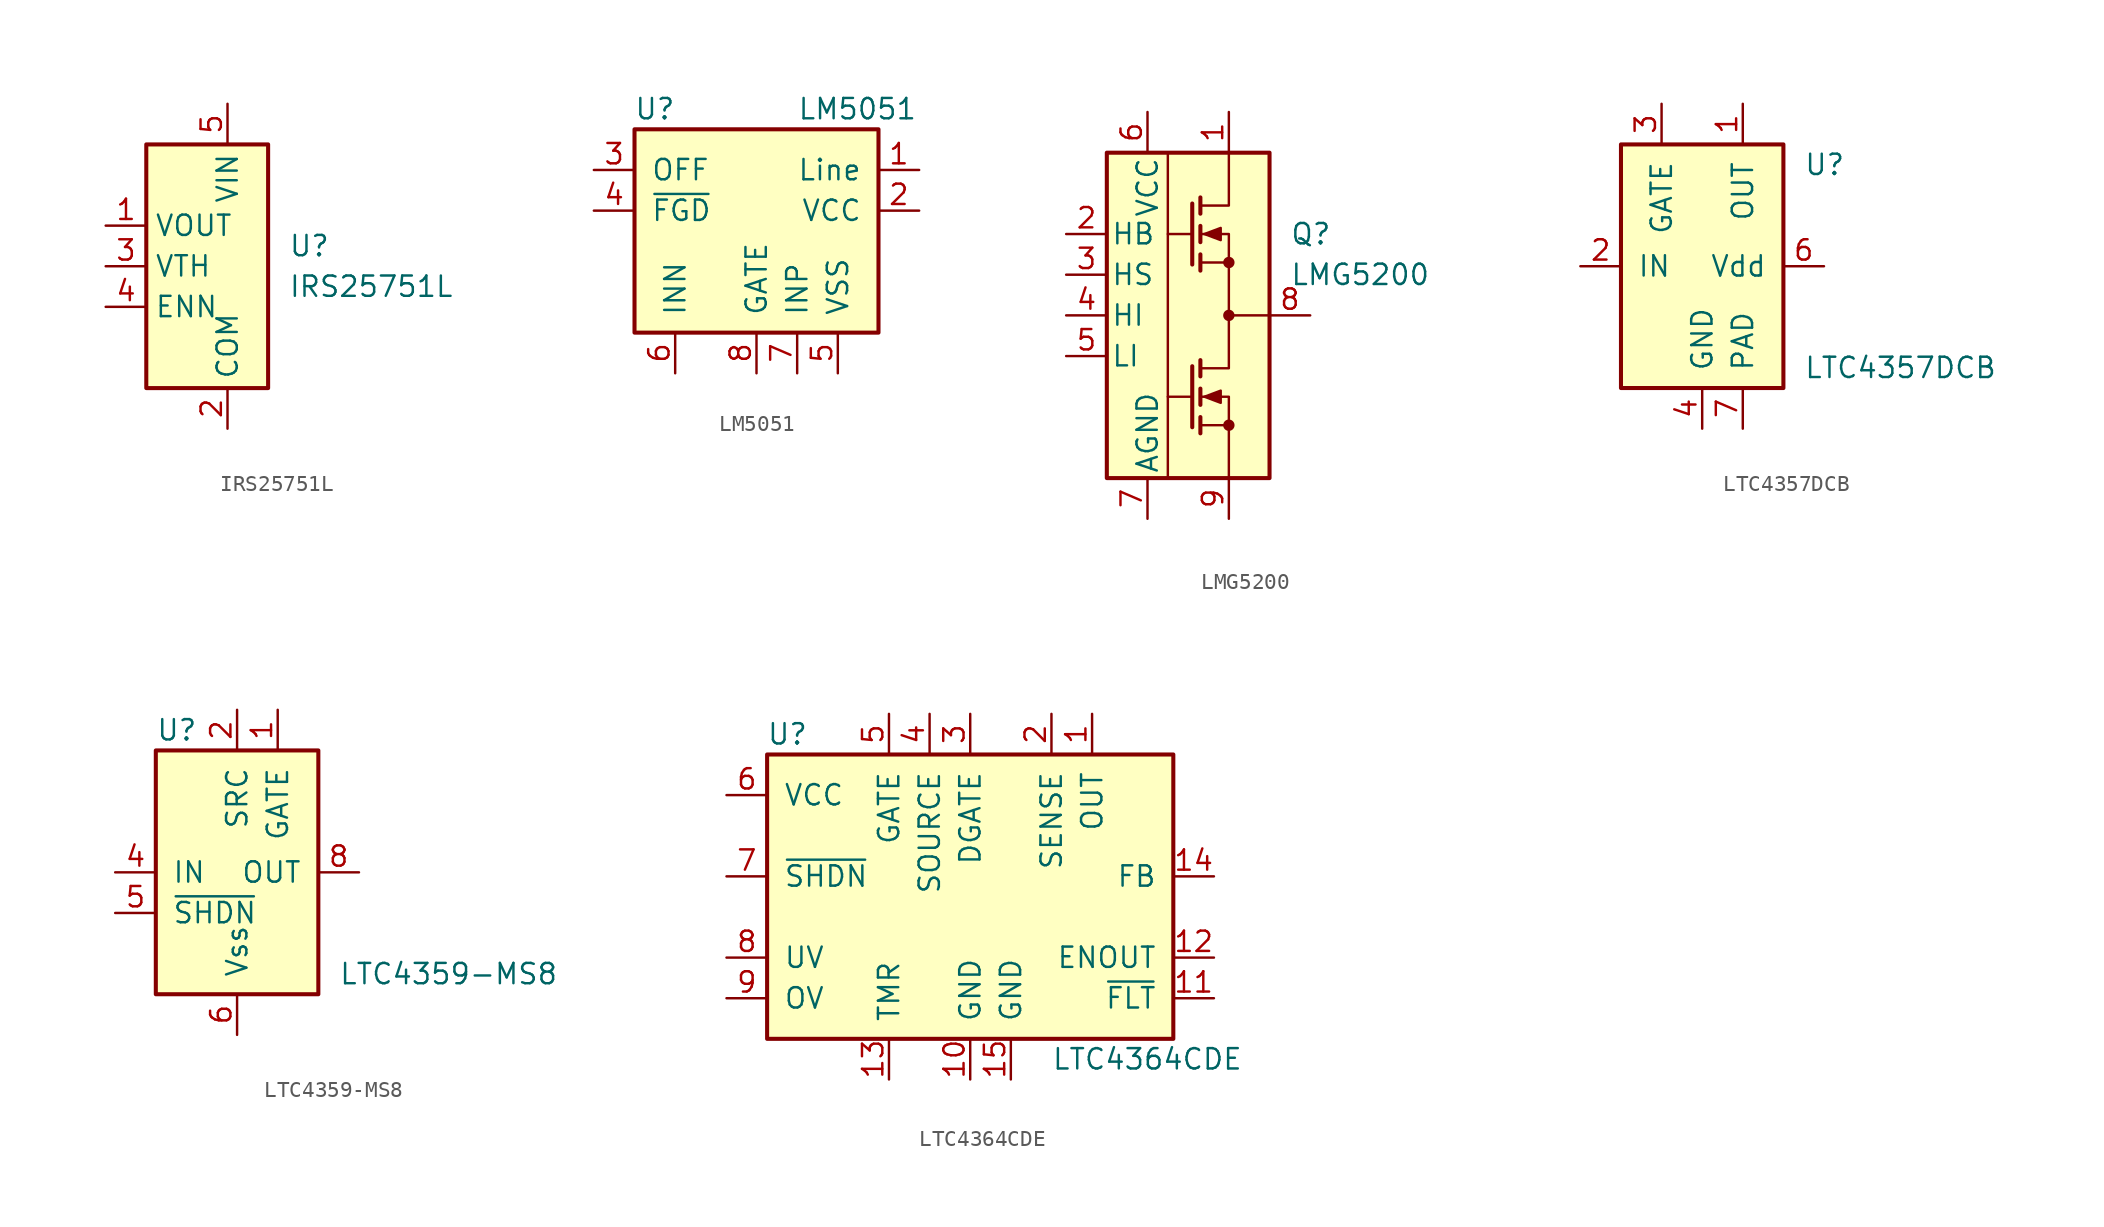
<source format=kicad_sym>
(kicad_symbol_lib
  (version 20201005)
  (generator kicad_symbol_editor)
  (symbol "IRS25751L"
    (property "Reference" "U"
      (at 3.81 1.27 0)
      (effects (font (size 1.27 1.27)) (justify left)))
    (property "Value" "IRS25751L"
      (at 3.81 -1.27 0)
      (effects (font (size 1.27 1.27)) (justify left)))
    (symbol "IRS25751L_0_1"
      (rectangle (start -5.08 -7.62) (end 2.54 7.62) (stroke (width 0.254)) (fill (type background))))
    (symbol "IRS25751L_1_1"
      (pin power_out line (at -7.62 2.54 0) (length 2.54) (name "VOUT" (effects (font (size 1.27 1.27)))) (number "1" (effects (font (size 1.27 1.27)))))
      (pin power_in line (at 0 -10.16 90) (length 2.54) (name "COM" (effects (font (size 1.27 1.27)))) (number "2" (effects (font (size 1.27 1.27)))))
      (pin input line (at -7.62 0 0) (length 2.54) (name "VTH" (effects (font (size 1.27 1.27)))) (number "3" (effects (font (size 1.27 1.27)))))
      (pin input line (at -7.62 -2.54 0) (length 2.54) (name "ENN" (effects (font (size 1.27 1.27)))) (number "4" (effects (font (size 1.27 1.27)))))
      (pin power_in line (at 0 10.16 270) (length 2.54) (name "VIN" (effects (font (size 1.27 1.27)))) (number "5" (effects (font (size 1.27 1.27)))))))
  (symbol "LM5051"
    (pin_names
      (offset 1.016))
    (property "Reference" "U"
      (at -6.35 6.35 0)
      (effects (font (size 1.27 1.27))))
    (property "Value" "LM5051"
      (at 2.54 6.35 0)
      (effects (font (size 1.27 1.27)) (justify left)))
    (symbol "LM5051_0_1"
      (rectangle (start -7.62 5.08) (end 7.62 -7.62) (stroke (width 0.254)) (fill (type background))))
    (symbol "LM5051_1_1"
      (pin power_in line (at 10.16 2.54 180) (length 2.54) (name "Line" (effects (font (size 1.27 1.27)))) (number "1" (effects (font (size 1.27 1.27)))))
      (pin passive line (at 10.16 0 180) (length 2.54) (name "VCC" (effects (font (size 1.27 1.27)))) (number "2" (effects (font (size 1.27 1.27)))))
      (pin input line (at -10.16 2.54 0) (length 2.54) (name "OFF" (effects (font (size 1.27 1.27)))) (number "3" (effects (font (size 1.27 1.27)))))
      (pin open_collector line (at -10.16 0 0) (length 2.54) (name "~FGD" (effects (font (size 1.27 1.27)))) (number "4" (effects (font (size 1.27 1.27)))))
      (pin power_in line (at 5.08 -10.16 90) (length 2.54) (name "VSS" (effects (font (size 1.27 1.27)))) (number "5" (effects (font (size 1.27 1.27)))))
      (pin input line (at -5.08 -10.16 90) (length 2.54) (name "INN" (effects (font (size 1.27 1.27)))) (number "6" (effects (font (size 1.27 1.27)))))
      (pin power_in line (at 2.54 -10.16 90) (length 2.54) (name "INP" (effects (font (size 1.27 1.27)))) (number "7" (effects (font (size 1.27 1.27)))))
      (pin output line (at 0 -10.16 90) (length 2.54) (name "GATE" (effects (font (size 1.27 1.27)))) (number "8" (effects (font (size 1.27 1.27)))))))
  (symbol "LMG5200"
    (pin_names
      (offset 0.254))
    (property "Reference" "Q"
      (at 6.35 5.08 0)
      (effects (font (size 1.27 1.27)) (justify left)))
    (property "Value" "LMG5200"
      (at 6.35 2.54 0)
      (effects (font (size 1.27 1.27)) (justify left)))
    (symbol "LMG5200_0_1"
      (circle (center 2.54 -6.858) (radius 0.279) (stroke (width 0)) (fill (type outline)))
      (circle (center 2.54 0) (radius 0.279) (stroke (width 0)) (fill (type outline)))
      (circle (center 2.54 3.302) (radius 0.279) (stroke (width 0)) (fill (type outline)))
      (rectangle (start -5.08 10.16) (end 5.08 -10.16) (stroke (width 0.254)) (fill (type background)))
      (polyline (pts (xy -1.27 -5.08) (xy 0.254 -5.08)) (stroke (width 0)) (fill (type none)))
      (polyline (pts (xy -1.27 5.08) (xy 0.254 5.08)) (stroke (width 0)) (fill (type none)))
      (polyline (pts (xy -1.27 10.16) (xy -1.27 -10.16)) (stroke (width 0)) (fill (type none)))
      (polyline (pts (xy 0.762 -6.858) (xy 2.54 -6.858)) (stroke (width 0)) (fill (type none)))
      (polyline (pts (xy 0.762 -6.35) (xy 0.762 -7.366)) (stroke (width 0.254)) (fill (type none)))
      (polyline (pts (xy 0.762 -4.572) (xy 0.762 -5.588)) (stroke (width 0.254)) (fill (type none)))
      (polyline (pts (xy 0.762 -2.794) (xy 0.762 -3.81)) (stroke (width 0.254)) (fill (type none)))
      (polyline (pts (xy 0.762 3.302) (xy 2.54 3.302)) (stroke (width 0)) (fill (type none)))
      (polyline (pts (xy 0.762 3.81) (xy 0.762 2.794)) (stroke (width 0.254)) (fill (type none)))
      (polyline (pts (xy 0.762 5.588) (xy 0.762 4.572)) (stroke (width 0.254)) (fill (type none)))
      (polyline (pts (xy 0.762 7.366) (xy 0.762 6.35)) (stroke (width 0.254)) (fill (type none)))
      (polyline (pts (xy 5.08 0) (xy 2.54 0)) (stroke (width 0)) (fill (type none)))
      (polyline (pts (xy 0.254 -3.175) (xy 0.254 -6.985) (xy 0.254 -6.985)) (stroke (width 0.254)) (fill (type none)))
      (polyline (pts (xy 0.254 6.985) (xy 0.254 3.175) (xy 0.254 3.175)) (stroke (width 0.254)) (fill (type none)))
      (polyline (pts (xy 0.762 6.858) (xy 2.54 6.858) (xy 2.54 10.16)) (stroke (width 0)) (fill (type none)))
      (polyline (pts (xy 2.54 -10.16) (xy 2.54 -5.08) (xy 0.762 -5.08)) (stroke (width 0)) (fill (type none)))
      (polyline (pts (xy 0.762 5.08) (xy 2.54 5.08) (xy 2.54 -3.302) (xy 0.762 -3.302)) (stroke (width 0)) (fill (type none)))
      (polyline (pts (xy 1.016 -5.08) (xy 2.032 -4.699) (xy 2.032 -5.461) (xy 1.016 -5.08)) (stroke (width 0)) (fill (type outline)))
      (polyline (pts (xy 1.016 5.08) (xy 2.032 5.461) (xy 2.032 4.699) (xy 1.016 5.08)) (stroke (width 0)) (fill (type outline))))
    (symbol "LMG5200_1_1"
      (pin passive line (at 2.54 12.7 270) (length 2.54) (name "~" (effects (font (size 1.27 1.27)))) (number "1" (effects (font (size 1.27 1.27)))))
      (pin passive line (at -7.62 5.08 0) (length 2.54) (name "HB" (effects (font (size 1.27 1.27)))) (number "2" (effects (font (size 1.27 1.27)))))
      (pin passive line (at -7.62 2.54 0) (length 2.54) (name "HS" (effects (font (size 1.27 1.27)))) (number "3" (effects (font (size 1.27 1.27)))))
      (pin input line (at -7.62 0 0) (length 2.54) (name "HI" (effects (font (size 1.27 1.27)))) (number "4" (effects (font (size 1.27 1.27)))))
      (pin input line (at -7.62 -2.54 0) (length 2.54) (name "LI" (effects (font (size 1.27 1.27)))) (number "5" (effects (font (size 1.27 1.27)))))
      (pin power_in line (at -2.54 12.7 270) (length 2.54) (name "VCC" (effects (font (size 1.27 1.27)))) (number "6" (effects (font (size 1.27 1.27)))))
      (pin power_in line (at -2.54 -12.7 90) (length 2.54) (name "AGND" (effects (font (size 1.27 1.27)))) (number "7" (effects (font (size 1.27 1.27)))))
      (pin passive line (at 7.62 0 180) (length 2.54) (name "~" (effects (font (size 1.27 1.27)))) (number "8" (effects (font (size 1.27 1.27)))))
      (pin passive line (at 2.54 -12.7 90) (length 2.54) (name "~" (effects (font (size 1.27 1.27)))) (number "9" (effects (font (size 1.27 1.27)))))))
  (symbol "LTC4357DCB"
    (pin_names
      (offset 1.016))
    (property "Reference" "U"
      (at 6.35 6.35 0)
      (effects (font (size 1.27 1.27)) (justify left)))
    (property "Value" "LTC4357DCB"
      (at 6.35 -6.35 0)
      (effects (font (size 1.27 1.27)) (justify left)))
    (symbol "LTC4357DCB_0_1"
      (rectangle (start -5.08 7.62) (end 5.08 -7.62) (stroke (width 0.254)) (fill (type background))))
    (symbol "LTC4357DCB_1_1"
      (pin input line (at 2.54 10.16 270) (length 2.54) (name "OUT" (effects (font (size 1.27 1.27)))) (number "1" (effects (font (size 1.27 1.27)))))
      (pin input line (at -7.62 0 0) (length 2.54) (name "IN" (effects (font (size 1.27 1.27)))) (number "2" (effects (font (size 1.27 1.27)))))
      (pin output line (at -2.54 10.16 270) (length 2.54) (name "GATE" (effects (font (size 1.27 1.27)))) (number "3" (effects (font (size 1.27 1.27)))))
      (pin power_in line (at 0 -10.16 90) (length 2.54) (name "GND" (effects (font (size 1.27 1.27)))) (number "4" (effects (font (size 1.27 1.27)))))
      (pin no_connect line (at -7.62 -2.54 0) (length 2.54) hide (name "NC" (effects (font (size 1.27 1.27)))) (number "5" (effects (font (size 1.27 1.27)))))
      (pin power_in line (at 7.62 0 180) (length 2.54) (name "Vdd" (effects (font (size 1.27 1.27)))) (number "6" (effects (font (size 1.27 1.27)))))
      (pin power_in line (at 2.54 -10.16 90) (length 2.54) (name "PAD" (effects (font (size 1.27 1.27)))) (number "7" (effects (font (size 1.27 1.27)))))))
  (symbol "LTC4359-MS8"
    (pin_names
      (offset 1.016))
    (property "Reference" "U"
      (at -5.08 8.89 0)
      (effects (font (size 1.27 1.27)) (justify left)))
    (property "Value" "LTC4359-MS8"
      (at 6.35 -6.35 0)
      (effects (font (size 1.27 1.27)) (justify left)))
    (symbol "LTC4359-MS8_0_1"
      (rectangle (start -5.08 7.62) (end 5.08 -7.62) (stroke (width 0.254)) (fill (type background))))
    (symbol "LTC4359-MS8_1_1"
      (pin output line (at 2.54 10.16 270) (length 2.54) (name "GATE" (effects (font (size 1.27 1.27)))) (number "1" (effects (font (size 1.27 1.27)))))
      (pin input line (at 0 10.16 270) (length 2.54) (name "SRC" (effects (font (size 1.27 1.27)))) (number "2" (effects (font (size 1.27 1.27)))))
      (pin no_connect line (at -2.54 -10.16 90) (length 2.54) hide (name "NC" (effects (font (size 1.27 1.27)))) (number "3" (effects (font (size 1.27 1.27)))))
      (pin power_in line (at -7.62 0 0) (length 2.54) (name "IN" (effects (font (size 1.27 1.27)))) (number "4" (effects (font (size 1.27 1.27)))))
      (pin input line (at -7.62 -2.54 0) (length 2.54) (name "~SHDN" (effects (font (size 1.27 1.27)))) (number "5" (effects (font (size 1.27 1.27)))))
      (pin power_in line (at 0 -10.16 90) (length 2.54) (name "Vss" (effects (font (size 1.27 1.27)))) (number "6" (effects (font (size 1.27 1.27)))))
      (pin no_connect line (at 2.54 -10.16 90) (length 2.54) hide (name "NC" (effects (font (size 1.27 1.27)))) (number "7" (effects (font (size 1.27 1.27)))))
      (pin input line (at 7.62 0 180) (length 2.54) (name "OUT" (effects (font (size 1.27 1.27)))) (number "8" (effects (font (size 1.27 1.27)))))))
  (symbol "LTC4364CDE"
    (pin_names
      (offset 1.016))
    (property "Reference" "U"
      (at -11.43 8.89 0)
      (effects (font (size 1.27 1.27))))
    (property "Value" "LTC4364CDE"
      (at 5.08 -11.43 0)
      (effects (font (size 1.27 1.27)) (justify left)))
    (symbol "LTC4364CDE_0_1"
      (rectangle (start -12.7 7.62) (end 12.7 -10.16) (stroke (width 0.254)) (fill (type background))))
    (symbol "LTC4364CDE_1_1"
      (pin input line (at 7.62 10.16 270) (length 2.54) (name "OUT" (effects (font (size 1.27 1.27)))) (number "1" (effects (font (size 1.27 1.27)))))
      (pin power_in line (at 0 -12.7 90) (length 2.54) (name "GND" (effects (font (size 1.27 1.27)))) (number "10" (effects (font (size 1.27 1.27)))))
      (pin open_collector line (at 15.24 -7.62 180) (length 2.54) (name "~FLT" (effects (font (size 1.27 1.27)))) (number "11" (effects (font (size 1.27 1.27)))))
      (pin open_collector line (at 15.24 -5.08 180) (length 2.54) (name "ENOUT" (effects (font (size 1.27 1.27)))) (number "12" (effects (font (size 1.27 1.27)))))
      (pin input line (at -5.08 -12.7 90) (length 2.54) (name "TMR" (effects (font (size 1.27 1.27)))) (number "13" (effects (font (size 1.27 1.27)))))
      (pin input line (at 15.24 0 180) (length 2.54) (name "FB" (effects (font (size 1.27 1.27)))) (number "14" (effects (font (size 1.27 1.27)))))
      (pin power_in line (at 2.54 -12.7 90) (length 2.54) (name "GND" (effects (font (size 1.27 1.27)))) (number "15" (effects (font (size 1.27 1.27)))))
      (pin input line (at 5.08 10.16 270) (length 2.54) (name "SENSE" (effects (font (size 1.27 1.27)))) (number "2" (effects (font (size 1.27 1.27)))))
      (pin output line (at 0 10.16 270) (length 2.54) (name "DGATE" (effects (font (size 1.27 1.27)))) (number "3" (effects (font (size 1.27 1.27)))))
      (pin input line (at -2.54 10.16 270) (length 2.54) (name "SOURCE" (effects (font (size 1.27 1.27)))) (number "4" (effects (font (size 1.27 1.27)))))
      (pin output line (at -5.08 10.16 270) (length 2.54) (name "GATE" (effects (font (size 1.27 1.27)))) (number "5" (effects (font (size 1.27 1.27)))))
      (pin power_in line (at -15.24 5.08 0) (length 2.54) (name "VCC" (effects (font (size 1.27 1.27)))) (number "6" (effects (font (size 1.27 1.27)))))
      (pin input line (at -15.24 0 0) (length 2.54) (name "~SHDN" (effects (font (size 1.27 1.27)))) (number "7" (effects (font (size 1.27 1.27)))))
      (pin input line (at -15.24 -5.08 0) (length 2.54) (name "UV" (effects (font (size 1.27 1.27)))) (number "8" (effects (font (size 1.27 1.27)))))
      (pin input line (at -15.24 -7.62 0) (length 2.54) (name "OV" (effects (font (size 1.27 1.27)))) (number "9" (effects (font (size 1.27 1.27))))))))
</source>
